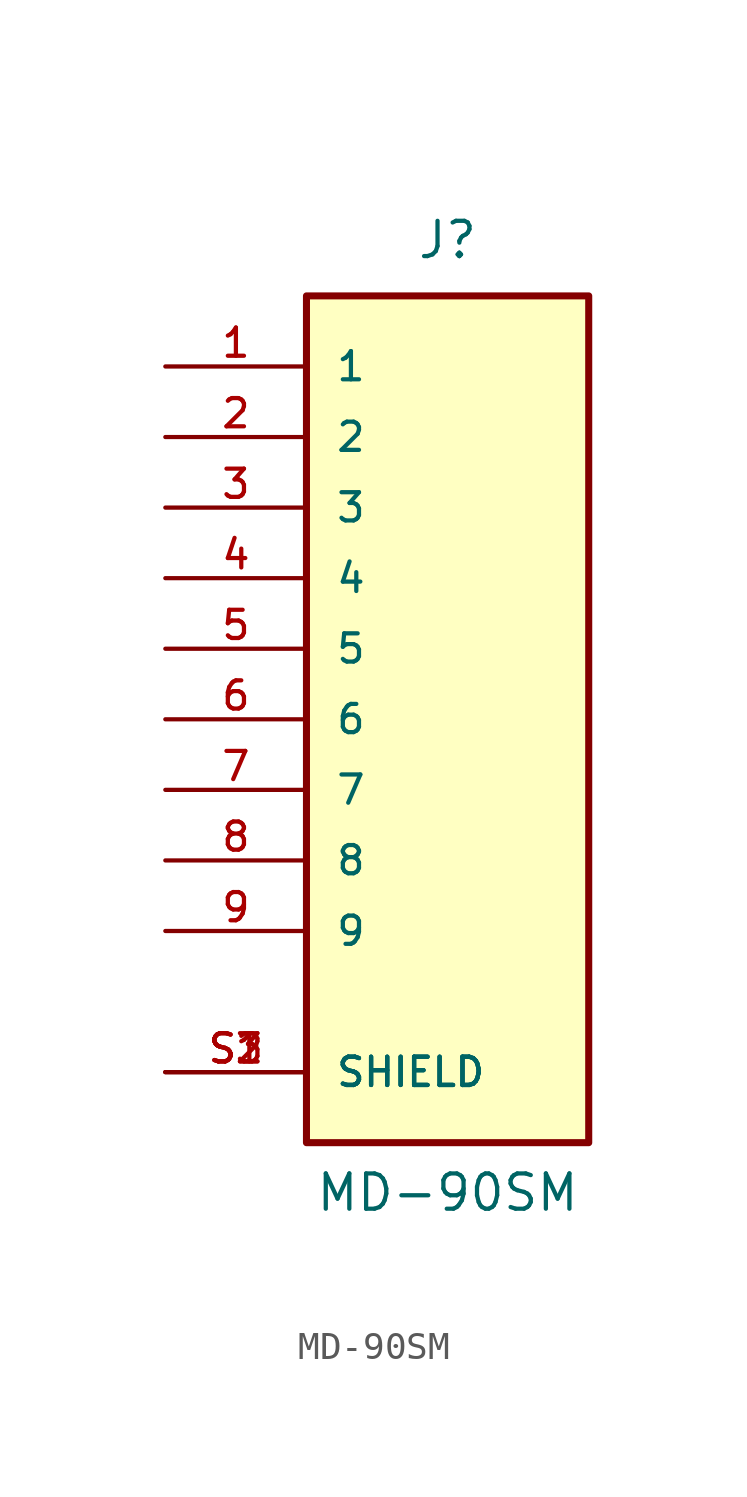
<source format=kicad_sym>
(kicad_symbol_lib
  (version 20211014)
  (generator kicad_symbol_editor)
  (symbol "MD-90SM"
    (pin_names
      (offset 1.016))
    (property "Reference" "J"
      (at 0 16.51 0)
      (effects (font (size 1.27 1.27)) (justify bottom)))
    (property "Value" "MD-90SM"
      (at 0 -17.78 0)
      (effects (font (size 1.27 1.27)) (justify bottom)))
    (symbol "MD-90SM_0_0"
      (rectangle (start -5.08 -15.24) (end 5.08 15.24) (stroke (width 0.254) (type default) (color 0 0 0 0)) (fill (type background)))
      (pin passive line (at -10.16 12.7 0) (length 5.08) (name "1" (effects (font (size 1.016 1.016)))) (number "1" (effects (font (size 1.016 1.016)))))
      (pin passive line (at -10.16 10.16 0) (length 5.08) (name "2" (effects (font (size 1.016 1.016)))) (number "2" (effects (font (size 1.016 1.016)))))
      (pin passive line (at -10.16 7.62 0) (length 5.08) (name "3" (effects (font (size 1.016 1.016)))) (number "3" (effects (font (size 1.016 1.016)))))
      (pin passive line (at -10.16 5.08 0) (length 5.08) (name "4" (effects (font (size 1.016 1.016)))) (number "4" (effects (font (size 1.016 1.016)))))
      (pin passive line (at -10.16 2.54 0) (length 5.08) (name "5" (effects (font (size 1.016 1.016)))) (number "5" (effects (font (size 1.016 1.016)))))
      (pin passive line (at -10.16 0 0) (length 5.08) (name "6" (effects (font (size 1.016 1.016)))) (number "6" (effects (font (size 1.016 1.016)))))
      (pin passive line (at -10.16 -2.54 0) (length 5.08) (name "7" (effects (font (size 1.016 1.016)))) (number "7" (effects (font (size 1.016 1.016)))))
      (pin passive line (at -10.16 -5.08 0) (length 5.08) (name "8" (effects (font (size 1.016 1.016)))) (number "8" (effects (font (size 1.016 1.016)))))
      (pin passive line (at -10.16 -7.62 0) (length 5.08) (name "9" (effects (font (size 1.016 1.016)))) (number "9" (effects (font (size 1.016 1.016)))))
      (pin passive line (at -10.16 -12.7 0) (length 5.08) (name "SHIELD" (effects (font (size 1.016 1.016)))) (number "S1" (effects (font (size 1.016 1.016)))))
      (pin passive line (at -10.16 -12.7 0) (length 5.08) (name "SHIELD" (effects (font (size 1.016 1.016)))) (number "S2" (effects (font (size 1.016 1.016)))))
      (pin passive line (at -10.16 -12.7 0) (length 5.08) (name "SHIELD" (effects (font (size 1.016 1.016)))) (number "S3" (effects (font (size 1.016 1.016))))))))
</source>
